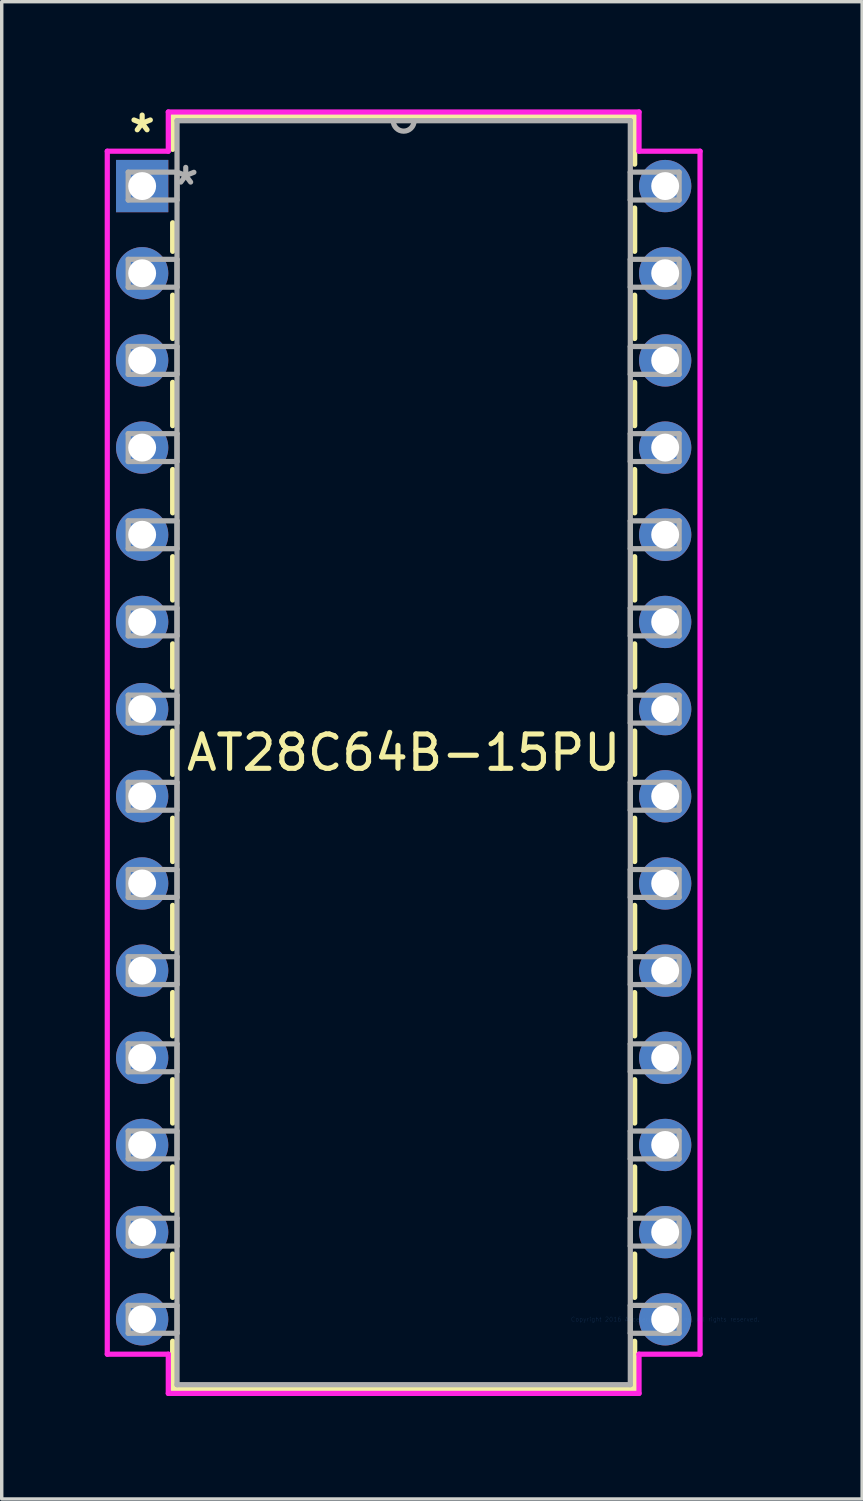
<source format=kicad_pcb>
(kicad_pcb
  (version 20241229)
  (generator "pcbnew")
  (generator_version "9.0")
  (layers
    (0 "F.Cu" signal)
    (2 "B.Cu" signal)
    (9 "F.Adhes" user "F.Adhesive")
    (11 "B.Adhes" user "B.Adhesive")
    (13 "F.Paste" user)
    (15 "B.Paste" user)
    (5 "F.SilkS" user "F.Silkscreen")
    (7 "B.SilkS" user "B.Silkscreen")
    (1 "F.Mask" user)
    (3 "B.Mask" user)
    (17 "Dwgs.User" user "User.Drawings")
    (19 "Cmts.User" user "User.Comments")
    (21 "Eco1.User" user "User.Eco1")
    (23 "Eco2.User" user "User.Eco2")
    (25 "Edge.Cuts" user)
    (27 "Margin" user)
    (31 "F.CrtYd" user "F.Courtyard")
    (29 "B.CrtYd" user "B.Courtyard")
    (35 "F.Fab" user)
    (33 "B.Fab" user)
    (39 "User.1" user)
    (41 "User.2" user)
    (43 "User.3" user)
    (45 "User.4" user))
  (footprint "AT28C64B-15PU"
    (layer "F.Cu")
    (at 16.332 35.392)
    (property "Reference" "AT28C64B-15PU" (at -7.62 -16.51 0) (layer "F.SilkS") (effects (font (size 1 1) (thickness 0.15))))
    (attr through_hole)
    (fp_line (start -14.351 -35.052) (end -14.351 -34.09) (stroke (width 0.152) (type solid)) (layer "F.SilkS"))
    (fp_line (start -14.351 -31.95) (end -14.351 -31.119) (stroke (width 0.152) (type solid)) (layer "F.SilkS"))
    (fp_line (start -14.351 -29.841) (end -14.351 -28.579) (stroke (width 0.152) (type solid)) (layer "F.SilkS"))
    (fp_line (start -14.351 -27.301) (end -14.351 -26.039) (stroke (width 0.152) (type solid)) (layer "F.SilkS"))
    (fp_line (start -14.351 -24.761) (end -14.351 -23.499) (stroke (width 0.152) (type solid)) (layer "F.SilkS"))
    (fp_line (start -14.351 -22.221) (end -14.351 -20.959) (stroke (width 0.152) (type solid)) (layer "F.SilkS"))
    (fp_line (start -14.351 -19.681) (end -14.351 -18.419) (stroke (width 0.152) (type solid)) (layer "F.SilkS"))
    (fp_line (start -14.351 -17.141) (end -14.351 -15.879) (stroke (width 0.152) (type solid)) (layer "F.SilkS"))
    (fp_line (start -14.351 -14.601) (end -14.351 -13.339) (stroke (width 0.152) (type solid)) (layer "F.SilkS"))
    (fp_line (start -14.351 -12.061) (end -14.351 -10.799) (stroke (width 0.152) (type solid)) (layer "F.SilkS"))
    (fp_line (start -14.351 -9.521) (end -14.351 -8.259) (stroke (width 0.152) (type solid)) (layer "F.SilkS"))
    (fp_line (start -14.351 -6.981) (end -14.351 -5.719) (stroke (width 0.152) (type solid)) (layer "F.SilkS"))
    (fp_line (start -14.351 -4.441) (end -14.351 -3.179) (stroke (width 0.152) (type solid)) (layer "F.SilkS"))
    (fp_line (start -14.351 -1.901) (end -14.351 -0.639) (stroke (width 0.152) (type solid)) (layer "F.SilkS"))
    (fp_line (start -14.351 0.639) (end -14.351 2.032) (stroke (width 0.152) (type solid)) (layer "F.SilkS"))
    (fp_line (start -14.351 2.032) (end -0.889 2.032) (stroke (width 0.152) (type solid)) (layer "F.SilkS"))
    (fp_line (start -0.889 -35.052) (end -14.351 -35.052) (stroke (width 0.152) (type solid)) (layer "F.SilkS"))
    (fp_line (start -0.889 -33.659) (end -0.889 -35.052) (stroke (width 0.152) (type solid)) (layer "F.SilkS"))
    (fp_line (start -0.889 -31.119) (end -0.889 -32.381) (stroke (width 0.152) (type solid)) (layer "F.SilkS"))
    (fp_line (start -0.889 -28.579) (end -0.889 -29.841) (stroke (width 0.152) (type solid)) (layer "F.SilkS"))
    (fp_line (start -0.889 -26.039) (end -0.889 -27.301) (stroke (width 0.152) (type solid)) (layer "F.SilkS"))
    (fp_line (start -0.889 -23.499) (end -0.889 -24.761) (stroke (width 0.152) (type solid)) (layer "F.SilkS"))
    (fp_line (start -0.889 -20.959) (end -0.889 -22.221) (stroke (width 0.152) (type solid)) (layer "F.SilkS"))
    (fp_line (start -0.889 -18.419) (end -0.889 -19.681) (stroke (width 0.152) (type solid)) (layer "F.SilkS"))
    (fp_line (start -0.889 -15.879) (end -0.889 -17.141) (stroke (width 0.152) (type solid)) (layer "F.SilkS"))
    (fp_line (start -0.889 -13.339) (end -0.889 -14.601) (stroke (width 0.152) (type solid)) (layer "F.SilkS"))
    (fp_line (start -0.889 -10.799) (end -0.889 -12.061) (stroke (width 0.152) (type solid)) (layer "F.SilkS"))
    (fp_line (start -0.889 -8.259) (end -0.889 -9.521) (stroke (width 0.152) (type solid)) (layer "F.SilkS"))
    (fp_line (start -0.889 -5.719) (end -0.889 -6.981) (stroke (width 0.152) (type solid)) (layer "F.SilkS"))
    (fp_line (start -0.889 -3.179) (end -0.889 -4.441) (stroke (width 0.152) (type solid)) (layer "F.SilkS"))
    (fp_line (start -0.889 -0.639) (end -0.889 -1.901) (stroke (width 0.152) (type solid)) (layer "F.SilkS"))
    (fp_line (start -0.889 2.032) (end -0.889 0.639) (stroke (width 0.152) (type solid)) (layer "F.SilkS"))
    (fp_line (start -16.256 -34.036) (end -16.256 1.016) (stroke (width 0.152) (type solid)) (layer "F.CrtYd"))
    (fp_line (start -16.256 1.016) (end -14.478 1.016) (stroke (width 0.152) (type solid)) (layer "F.CrtYd"))
    (fp_line (start -14.478 -35.179) (end -14.478 -34.036) (stroke (width 0.152) (type solid)) (layer "F.CrtYd"))
    (fp_line (start -14.478 -34.036) (end -16.256 -34.036) (stroke (width 0.152) (type solid)) (layer "F.CrtYd"))
    (fp_line (start -14.478 1.016) (end -14.478 2.159) (stroke (width 0.152) (type solid)) (layer "F.CrtYd"))
    (fp_line (start -14.478 2.159) (end -0.762 2.159) (stroke (width 0.152) (type solid)) (layer "F.CrtYd"))
    (fp_line (start -0.762 -35.179) (end -14.478 -35.179) (stroke (width 0.152) (type solid)) (layer "F.CrtYd"))
    (fp_line (start -0.762 -34.036) (end -0.762 -35.179) (stroke (width 0.152) (type solid)) (layer "F.CrtYd"))
    (fp_line (start -0.762 1.016) (end 1.016 1.016) (stroke (width 0.152) (type solid)) (layer "F.CrtYd"))
    (fp_line (start -0.762 2.159) (end -0.762 1.016) (stroke (width 0.152) (type solid)) (layer "F.CrtYd"))
    (fp_line (start 1.016 -34.036) (end -0.762 -34.036) (stroke (width 0.152) (type solid)) (layer "F.CrtYd"))
    (fp_line (start 1.016 1.016) (end 1.016 -34.036) (stroke (width 0.152) (type solid)) (layer "F.CrtYd"))
    (fp_line (start -15.646 -33.426) (end -15.646 -32.614) (stroke (width 0.152) (type solid)) (layer "F.Fab"))
    (fp_line (start -15.646 -32.614) (end -14.224 -32.614) (stroke (width 0.152) (type solid)) (layer "F.Fab"))
    (fp_line (start -15.646 -30.886) (end -15.646 -30.074) (stroke (width 0.152) (type solid)) (layer "F.Fab"))
    (fp_line (start -15.646 -30.074) (end -14.224 -30.074) (stroke (width 0.152) (type solid)) (layer "F.Fab"))
    (fp_line (start -15.646 -28.346) (end -15.646 -27.534) (stroke (width 0.152) (type solid)) (layer "F.Fab"))
    (fp_line (start -15.646 -27.534) (end -14.224 -27.534) (stroke (width 0.152) (type solid)) (layer "F.Fab"))
    (fp_line (start -15.646 -25.806) (end -15.646 -24.994) (stroke (width 0.152) (type solid)) (layer "F.Fab"))
    (fp_line (start -15.646 -24.994) (end -14.224 -24.994) (stroke (width 0.152) (type solid)) (layer "F.Fab"))
    (fp_line (start -15.646 -23.266) (end -15.646 -22.454) (stroke (width 0.152) (type solid)) (layer "F.Fab"))
    (fp_line (start -15.646 -22.454) (end -14.224 -22.454) (stroke (width 0.152) (type solid)) (layer "F.Fab"))
    (fp_line (start -15.646 -20.726) (end -15.646 -19.914) (stroke (width 0.152) (type solid)) (layer "F.Fab"))
    (fp_line (start -15.646 -19.914) (end -14.224 -19.914) (stroke (width 0.152) (type solid)) (layer "F.Fab"))
    (fp_line (start -15.646 -18.186) (end -15.646 -17.374) (stroke (width 0.152) (type solid)) (layer "F.Fab"))
    (fp_line (start -15.646 -17.374) (end -14.224 -17.374) (stroke (width 0.152) (type solid)) (layer "F.Fab"))
    (fp_line (start -15.646 -15.646) (end -15.646 -14.834) (stroke (width 0.152) (type solid)) (layer "F.Fab"))
    (fp_line (start -15.646 -14.834) (end -14.224 -14.834) (stroke (width 0.152) (type solid)) (layer "F.Fab"))
    (fp_line (start -15.646 -13.106) (end -15.646 -12.294) (stroke (width 0.152) (type solid)) (layer "F.Fab"))
    (fp_line (start -15.646 -12.294) (end -14.224 -12.294) (stroke (width 0.152) (type solid)) (layer "F.Fab"))
    (fp_line (start -15.646 -10.566) (end -15.646 -9.754) (stroke (width 0.152) (type solid)) (layer "F.Fab"))
    (fp_line (start -15.646 -9.754) (end -14.224 -9.754) (stroke (width 0.152) (type solid)) (layer "F.Fab"))
    (fp_line (start -15.646 -8.026) (end -15.646 -7.214) (stroke (width 0.152) (type solid)) (layer "F.Fab"))
    (fp_line (start -15.646 -7.214) (end -14.224 -7.214) (stroke (width 0.152) (type solid)) (layer "F.Fab"))
    (fp_line (start -15.646 -5.486) (end -15.646 -4.674) (stroke (width 0.152) (type solid)) (layer "F.Fab"))
    (fp_line (start -15.646 -4.674) (end -14.224 -4.674) (stroke (width 0.152) (type solid)) (layer "F.Fab"))
    (fp_line (start -15.646 -2.946) (end -15.646 -2.134) (stroke (width 0.152) (type solid)) (layer "F.Fab"))
    (fp_line (start -15.646 -2.134) (end -14.224 -2.134) (stroke (width 0.152) (type solid)) (layer "F.Fab"))
    (fp_line (start -15.646 -0.406) (end -15.646 0.406) (stroke (width 0.152) (type solid)) (layer "F.Fab"))
    (fp_line (start -15.646 0.406) (end -14.224 0.406) (stroke (width 0.152) (type solid)) (layer "F.Fab"))
    (fp_line (start -14.224 -34.925) (end -14.224 1.905) (stroke (width 0.152) (type solid)) (layer "F.Fab"))
    (fp_line (start -14.224 -33.426) (end -15.646 -33.426) (stroke (width 0.152) (type solid)) (layer "F.Fab"))
    (fp_line (start -14.224 -32.614) (end -14.224 -33.426) (stroke (width 0.152) (type solid)) (layer "F.Fab"))
    (fp_line (start -14.224 -30.886) (end -15.646 -30.886) (stroke (width 0.152) (type solid)) (layer "F.Fab"))
    (fp_line (start -14.224 -30.074) (end -14.224 -30.886) (stroke (width 0.152) (type solid)) (layer "F.Fab"))
    (fp_line (start -14.224 -28.346) (end -15.646 -28.346) (stroke (width 0.152) (type solid)) (layer "F.Fab"))
    (fp_line (start -14.224 -27.534) (end -14.224 -28.346) (stroke (width 0.152) (type solid)) (layer "F.Fab"))
    (fp_line (start -14.224 -25.806) (end -15.646 -25.806) (stroke (width 0.152) (type solid)) (layer "F.Fab"))
    (fp_line (start -14.224 -24.994) (end -14.224 -25.806) (stroke (width 0.152) (type solid)) (layer "F.Fab"))
    (fp_line (start -14.224 -23.266) (end -15.646 -23.266) (stroke (width 0.152) (type solid)) (layer "F.Fab"))
    (fp_line (start -14.224 -22.454) (end -14.224 -23.266) (stroke (width 0.152) (type solid)) (layer "F.Fab"))
    (fp_line (start -14.224 -20.726) (end -15.646 -20.726) (stroke (width 0.152) (type solid)) (layer "F.Fab"))
    (fp_line (start -14.224 -19.914) (end -14.224 -20.726) (stroke (width 0.152) (type solid)) (layer "F.Fab"))
    (fp_line (start -14.224 -18.186) (end -15.646 -18.186) (stroke (width 0.152) (type solid)) (layer "F.Fab"))
    (fp_line (start -14.224 -17.374) (end -14.224 -18.186) (stroke (width 0.152) (type solid)) (layer "F.Fab"))
    (fp_line (start -14.224 -15.646) (end -15.646 -15.646) (stroke (width 0.152) (type solid)) (layer "F.Fab"))
    (fp_line (start -14.224 -14.834) (end -14.224 -15.646) (stroke (width 0.152) (type solid)) (layer "F.Fab"))
    (fp_line (start -14.224 -13.106) (end -15.646 -13.106) (stroke (width 0.152) (type solid)) (layer "F.Fab"))
    (fp_line (start -14.224 -12.294) (end -14.224 -13.106) (stroke (width 0.152) (type solid)) (layer "F.Fab"))
    (fp_line (start -14.224 -10.566) (end -15.646 -10.566) (stroke (width 0.152) (type solid)) (layer "F.Fab"))
    (fp_line (start -14.224 -9.754) (end -14.224 -10.566) (stroke (width 0.152) (type solid)) (layer "F.Fab"))
    (fp_line (start -14.224 -8.026) (end -15.646 -8.026) (stroke (width 0.152) (type solid)) (layer "F.Fab"))
    (fp_line (start -14.224 -7.214) (end -14.224 -8.026) (stroke (width 0.152) (type solid)) (layer "F.Fab"))
    (fp_line (start -14.224 -5.486) (end -15.646 -5.486) (stroke (width 0.152) (type solid)) (layer "F.Fab"))
    (fp_line (start -14.224 -4.674) (end -14.224 -5.486) (stroke (width 0.152) (type solid)) (layer "F.Fab"))
    (fp_line (start -14.224 -2.946) (end -15.646 -2.946) (stroke (width 0.152) (type solid)) (layer "F.Fab"))
    (fp_line (start -14.224 -2.134) (end -14.224 -2.946) (stroke (width 0.152) (type solid)) (layer "F.Fab"))
    (fp_line (start -14.224 -0.406) (end -15.646 -0.406) (stroke (width 0.152) (type solid)) (layer "F.Fab"))
    (fp_line (start -14.224 0.406) (end -14.224 -0.406) (stroke (width 0.152) (type solid)) (layer "F.Fab"))
    (fp_line (start -14.224 1.905) (end -1.016 1.905) (stroke (width 0.152) (type solid)) (layer "F.Fab"))
    (fp_line (start -1.016 -34.925) (end -14.224 -34.925) (stroke (width 0.152) (type solid)) (layer "F.Fab"))
    (fp_line (start -1.016 -33.426) (end -1.016 -32.614) (stroke (width 0.152) (type solid)) (layer "F.Fab"))
    (fp_line (start -1.016 -32.614) (end 0.406 -32.614) (stroke (width 0.152) (type solid)) (layer "F.Fab"))
    (fp_line (start -1.016 -30.886) (end -1.016 -30.074) (stroke (width 0.152) (type solid)) (layer "F.Fab"))
    (fp_line (start -1.016 -30.074) (end 0.406 -30.074) (stroke (width 0.152) (type solid)) (layer "F.Fab"))
    (fp_line (start -1.016 -28.346) (end -1.016 -27.534) (stroke (width 0.152) (type solid)) (layer "F.Fab"))
    (fp_line (start -1.016 -27.534) (end 0.406 -27.534) (stroke (width 0.152) (type solid)) (layer "F.Fab"))
    (fp_line (start -1.016 -25.806) (end -1.016 -24.994) (stroke (width 0.152) (type solid)) (layer "F.Fab"))
    (fp_line (start -1.016 -24.994) (end 0.406 -24.994) (stroke (width 0.152) (type solid)) (layer "F.Fab"))
    (fp_line (start -1.016 -23.266) (end -1.016 -22.454) (stroke (width 0.152) (type solid)) (layer "F.Fab"))
    (fp_line (start -1.016 -22.454) (end 0.406 -22.454) (stroke (width 0.152) (type solid)) (layer "F.Fab"))
    (fp_line (start -1.016 -20.726) (end -1.016 -19.914) (stroke (width 0.152) (type solid)) (layer "F.Fab"))
    (fp_line (start -1.016 -19.914) (end 0.406 -19.914) (stroke (width 0.152) (type solid)) (layer "F.Fab"))
    (fp_line (start -1.016 -18.186) (end -1.016 -17.374) (stroke (width 0.152) (type solid)) (layer "F.Fab"))
    (fp_line (start -1.016 -17.374) (end 0.406 -17.374) (stroke (width 0.152) (type solid)) (layer "F.Fab"))
    (fp_line (start -1.016 -15.646) (end -1.016 -14.834) (stroke (width 0.152) (type solid)) (layer "F.Fab"))
    (fp_line (start -1.016 -14.834) (end 0.406 -14.834) (stroke (width 0.152) (type solid)) (layer "F.Fab"))
    (fp_line (start -1.016 -13.106) (end -1.016 -12.294) (stroke (width 0.152) (type solid)) (layer "F.Fab"))
    (fp_line (start -1.016 -12.294) (end 0.406 -12.294) (stroke (width 0.152) (type solid)) (layer "F.Fab"))
    (fp_line (start -1.016 -10.566) (end -1.016 -9.754) (stroke (width 0.152) (type solid)) (layer "F.Fab"))
    (fp_line (start -1.016 -9.754) (end 0.406 -9.754) (stroke (width 0.152) (type solid)) (layer "F.Fab"))
    (fp_line (start -1.016 -8.026) (end -1.016 -7.214) (stroke (width 0.152) (type solid)) (layer "F.Fab"))
    (fp_line (start -1.016 -7.214) (end 0.406 -7.214) (stroke (width 0.152) (type solid)) (layer "F.Fab"))
    (fp_line (start -1.016 -5.486) (end -1.016 -4.674) (stroke (width 0.152) (type solid)) (layer "F.Fab"))
    (fp_line (start -1.016 -4.674) (end 0.406 -4.674) (stroke (width 0.152) (type solid)) (layer "F.Fab"))
    (fp_line (start -1.016 -2.946) (end -1.016 -2.134) (stroke (width 0.152) (type solid)) (layer "F.Fab"))
    (fp_line (start -1.016 -2.134) (end 0.406 -2.134) (stroke (width 0.152) (type solid)) (layer "F.Fab"))
    (fp_line (start -1.016 -0.406) (end -1.016 0.406) (stroke (width 0.152) (type solid)) (layer "F.Fab"))
    (fp_line (start -1.016 0.406) (end 0.406 0.406) (stroke (width 0.152) (type solid)) (layer "F.Fab"))
    (fp_line (start -1.016 1.905) (end -1.016 -34.925) (stroke (width 0.152) (type solid)) (layer "F.Fab"))
    (fp_line (start 0.406 -33.426) (end -1.016 -33.426) (stroke (width 0.152) (type solid)) (layer "F.Fab"))
    (fp_line (start 0.406 -32.614) (end 0.406 -33.426) (stroke (width 0.152) (type solid)) (layer "F.Fab"))
    (fp_line (start 0.406 -30.886) (end -1.016 -30.886) (stroke (width 0.152) (type solid)) (layer "F.Fab"))
    (fp_line (start 0.406 -30.074) (end 0.406 -30.886) (stroke (width 0.152) (type solid)) (layer "F.Fab"))
    (fp_line (start 0.406 -28.346) (end -1.016 -28.346) (stroke (width 0.152) (type solid)) (layer "F.Fab"))
    (fp_line (start 0.406 -27.534) (end 0.406 -28.346) (stroke (width 0.152) (type solid)) (layer "F.Fab"))
    (fp_line (start 0.406 -25.806) (end -1.016 -25.806) (stroke (width 0.152) (type solid)) (layer "F.Fab"))
    (fp_line (start 0.406 -24.994) (end 0.406 -25.806) (stroke (width 0.152) (type solid)) (layer "F.Fab"))
    (fp_line (start 0.406 -23.266) (end -1.016 -23.266) (stroke (width 0.152) (type solid)) (layer "F.Fab"))
    (fp_line (start 0.406 -22.454) (end 0.406 -23.266) (stroke (width 0.152) (type solid)) (layer "F.Fab"))
    (fp_line (start 0.406 -20.726) (end -1.016 -20.726) (stroke (width 0.152) (type solid)) (layer "F.Fab"))
    (fp_line (start 0.406 -19.914) (end 0.406 -20.726) (stroke (width 0.152) (type solid)) (layer "F.Fab"))
    (fp_line (start 0.406 -18.186) (end -1.016 -18.186) (stroke (width 0.152) (type solid)) (layer "F.Fab"))
    (fp_line (start 0.406 -17.374) (end 0.406 -18.186) (stroke (width 0.152) (type solid)) (layer "F.Fab"))
    (fp_line (start 0.406 -15.646) (end -1.016 -15.646) (stroke (width 0.152) (type solid)) (layer "F.Fab"))
    (fp_line (start 0.406 -14.834) (end 0.406 -15.646) (stroke (width 0.152) (type solid)) (layer "F.Fab"))
    (fp_line (start 0.406 -13.106) (end -1.016 -13.106) (stroke (width 0.152) (type solid)) (layer "F.Fab"))
    (fp_line (start 0.406 -12.294) (end 0.406 -13.106) (stroke (width 0.152) (type solid)) (layer "F.Fab"))
    (fp_line (start 0.406 -10.566) (end -1.016 -10.566) (stroke (width 0.152) (type solid)) (layer "F.Fab"))
    (fp_line (start 0.406 -9.754) (end 0.406 -10.566) (stroke (width 0.152) (type solid)) (layer "F.Fab"))
    (fp_line (start 0.406 -8.026) (end -1.016 -8.026) (stroke (width 0.152) (type solid)) (layer "F.Fab"))
    (fp_line (start 0.406 -7.214) (end 0.406 -8.026) (stroke (width 0.152) (type solid)) (layer "F.Fab"))
    (fp_line (start 0.406 -5.486) (end -1.016 -5.486) (stroke (width 0.152) (type solid)) (layer "F.Fab"))
    (fp_line (start 0.406 -4.674) (end 0.406 -5.486) (stroke (width 0.152) (type solid)) (layer "F.Fab"))
    (fp_line (start 0.406 -2.946) (end -1.016 -2.946) (stroke (width 0.152) (type solid)) (layer "F.Fab"))
    (fp_line (start 0.406 -2.134) (end 0.406 -2.946) (stroke (width 0.152) (type solid)) (layer "F.Fab"))
    (fp_line (start 0.406 -0.406) (end -1.016 -0.406) (stroke (width 0.152) (type solid)) (layer "F.Fab"))
    (fp_line (start 0.406 0.406) (end 0.406 -0.406) (stroke (width 0.152) (type solid)) (layer "F.Fab"))
    (fp_arc (start -7.3152 -34.925) (mid -7.62 -34.6202) (end -7.9248 -34.925) (stroke (width 0.1524) (type solid)) (layer "F.Fab"))
    (fp_text user "*" (at -15.24 -34.544 0) (layer "F.SilkS") (effects (font (size 1 1) (thickness 0.15))))
    (fp_text user "Copyright 2016 Accelerated Designs. All rights reserved." (at 0 0 0) (layer "Cmts.User") (effects (font (size 0.127 0.127) (thickness 0.002))))
    (fp_text user "*" (at -13.97 -33.02 0) (layer "F.Fab") (effects (font (size 1 1) (thickness 0.15))))
    (pad "1" thru_hole rect (at -15.24 -33.02) (size 1.524 1.524) (drill 0.813) (layers "*.Cu" "*.Mask"))
    (pad "2" thru_hole circle (at -15.24 -30.48) (size 1.524 1.524) (drill 0.813) (layers "*.Cu" "*.Mask"))
    (pad "3" thru_hole circle (at -15.24 -27.94) (size 1.524 1.524) (drill 0.813) (layers "*.Cu" "*.Mask"))
    (pad "4" thru_hole circle (at -15.24 -25.4) (size 1.524 1.524) (drill 0.813) (layers "*.Cu" "*.Mask"))
    (pad "5" thru_hole circle (at -15.24 -22.86) (size 1.524 1.524) (drill 0.813) (layers "*.Cu" "*.Mask"))
    (pad "6" thru_hole circle (at -15.24 -20.32) (size 1.524 1.524) (drill 0.813) (layers "*.Cu" "*.Mask"))
    (pad "7" thru_hole circle (at -15.24 -17.78) (size 1.524 1.524) (drill 0.813) (layers "*.Cu" "*.Mask"))
    (pad "8" thru_hole circle (at -15.24 -15.24) (size 1.524 1.524) (drill 0.813) (layers "*.Cu" "*.Mask"))
    (pad "9" thru_hole circle (at -15.24 -12.7) (size 1.524 1.524) (drill 0.813) (layers "*.Cu" "*.Mask"))
    (pad "10" thru_hole circle (at -15.24 -10.16) (size 1.524 1.524) (drill 0.813) (layers "*.Cu" "*.Mask"))
    (pad "11" thru_hole circle (at -15.24 -7.62) (size 1.524 1.524) (drill 0.813) (layers "*.Cu" "*.Mask"))
    (pad "12" thru_hole circle (at -15.24 -5.08) (size 1.524 1.524) (drill 0.813) (layers "*.Cu" "*.Mask"))
    (pad "13" thru_hole circle (at -15.24 -2.54) (size 1.524 1.524) (drill 0.813) (layers "*.Cu" "*.Mask"))
    (pad "14" thru_hole circle (at -15.24 0) (size 1.524 1.524) (drill 0.813) (layers "*.Cu" "*.Mask"))
    (pad "15" thru_hole circle (at 0 0) (size 1.524 1.524) (drill 0.813) (layers "*.Cu" "*.Mask"))
    (pad "16" thru_hole circle (at 0 -2.54) (size 1.524 1.524) (drill 0.813) (layers "*.Cu" "*.Mask"))
    (pad "17" thru_hole circle (at 0 -5.08) (size 1.524 1.524) (drill 0.813) (layers "*.Cu" "*.Mask"))
    (pad "18" thru_hole circle (at 0 -7.62) (size 1.524 1.524) (drill 0.813) (layers "*.Cu" "*.Mask"))
    (pad "19" thru_hole circle (at 0 -10.16) (size 1.524 1.524) (drill 0.813) (layers "*.Cu" "*.Mask"))
    (pad "20" thru_hole circle (at 0 -12.7) (size 1.524 1.524) (drill 0.813) (layers "*.Cu" "*.Mask"))
    (pad "21" thru_hole circle (at 0 -15.24) (size 1.524 1.524) (drill 0.813) (layers "*.Cu" "*.Mask"))
    (pad "22" thru_hole circle (at 0 -17.78) (size 1.524 1.524) (drill 0.813) (layers "*.Cu" "*.Mask"))
    (pad "23" thru_hole circle (at 0 -20.32) (size 1.524 1.524) (drill 0.813) (layers "*.Cu" "*.Mask"))
    (pad "24" thru_hole circle (at 0 -22.86) (size 1.524 1.524) (drill 0.813) (layers "*.Cu" "*.Mask"))
    (pad "25" thru_hole circle (at 0 -25.4) (size 1.524 1.524) (drill 0.813) (layers "*.Cu" "*.Mask"))
    (pad "26" thru_hole circle (at 0 -27.94) (size 1.524 1.524) (drill 0.813) (layers "*.Cu" "*.Mask"))
    (pad "27" thru_hole circle (at 0 -30.48) (size 1.524 1.524) (drill 0.813) (layers "*.Cu" "*.Mask"))
    (pad "28" thru_hole circle (at 0 -33.02) (size 1.524 1.524) (drill 0.813) (layers "*.Cu" "*.Mask")))
  (gr_rect
    (start -3 -3)
    (end 22.071 40.627)
    (stroke (width 0.1) (type default))
    (fill no)
    (layer "Edge.Cuts")))
</source>
